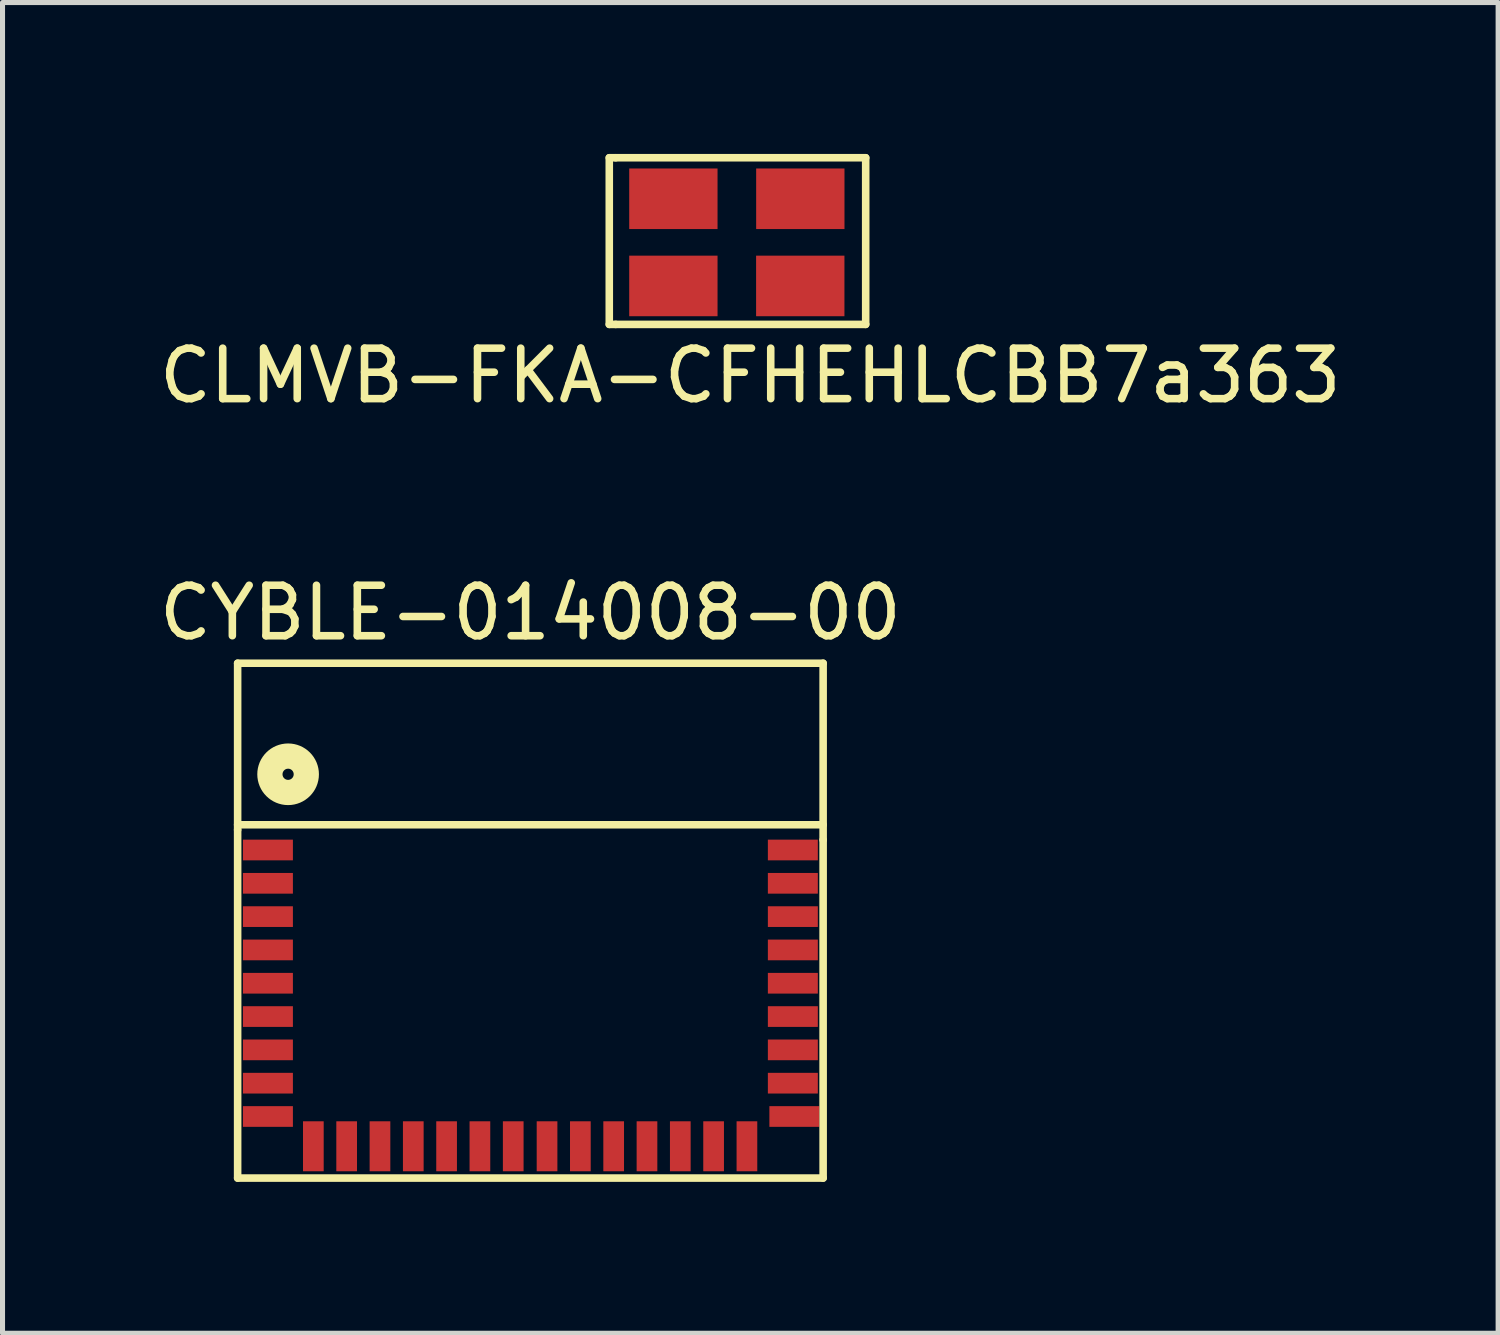
<source format=kicad_pcb>
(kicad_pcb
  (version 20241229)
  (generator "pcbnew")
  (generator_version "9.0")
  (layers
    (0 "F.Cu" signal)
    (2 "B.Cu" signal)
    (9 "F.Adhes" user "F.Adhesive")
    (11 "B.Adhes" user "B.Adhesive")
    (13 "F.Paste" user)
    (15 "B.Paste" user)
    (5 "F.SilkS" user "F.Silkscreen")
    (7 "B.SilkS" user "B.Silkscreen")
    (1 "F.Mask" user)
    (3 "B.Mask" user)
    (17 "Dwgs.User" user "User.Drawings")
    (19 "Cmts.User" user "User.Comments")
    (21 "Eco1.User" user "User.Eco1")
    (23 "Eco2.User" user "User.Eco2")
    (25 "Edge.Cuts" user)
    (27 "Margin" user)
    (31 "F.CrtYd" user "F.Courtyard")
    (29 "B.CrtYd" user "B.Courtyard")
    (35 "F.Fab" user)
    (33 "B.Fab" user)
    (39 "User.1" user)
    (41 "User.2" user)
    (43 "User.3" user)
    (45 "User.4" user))
  (footprint "CYBLE-014008-00"
    (layer "F.Cu")
    (at 6.958 16.59)
    (property "Reference" "CYBLE-014008-00" (at 0.5 -7.5 0) (layer "F.SilkS") (effects (font (size 1 1) (thickness 0.15))))
    (attr through_hole)
    (fp_line (start -5.3 -6.5) (end 6.3 -6.5) (stroke (width 0.15) (type solid)) (layer "F.SilkS"))
    (fp_line (start -5.3 -3.3) (end 6.3 -3.3) (stroke (width 0.15) (type solid)) (layer "F.SilkS"))
    (fp_line (start -5.3 -3.2) (end -5.3 -6.5) (stroke (width 0.15) (type solid)) (layer "F.SilkS"))
    (fp_line (start -5.3 -3.2) (end -5.3 3.7) (stroke (width 0.15) (type solid)) (layer "F.SilkS"))
    (fp_line (start 6.3 -3) (end 6.3 -6.5) (stroke (width 0.15) (type solid)) (layer "F.SilkS"))
    (fp_line (start 6.3 3.7) (end -5.3 3.7) (stroke (width 0.15) (type solid)) (layer "F.SilkS"))
    (fp_line (start 6.3 3.7) (end 6.3 -3) (stroke (width 0.15) (type solid)) (layer "F.SilkS"))
    (fp_circle (center -4.3 -4.3) (end -4 -4.5) (stroke (width 0.5) (type solid)) (fill no) (layer "F.SilkS"))
    (pad "1" smd rect (at 5.7 -2.8 90) (size 0.41 0.99) (layers "F.Cu" "F.Mask" "F.Paste"))
    (pad "2" smd rect (at 5.7 -2.14 90) (size 0.41 0.99) (layers "F.Cu" "F.Mask" "F.Paste"))
    (pad "3" smd rect (at 5.7 -1.48 90) (size 0.41 0.99) (layers "F.Cu" "F.Mask" "F.Paste"))
    (pad "4" smd rect (at 5.7 -0.82 90) (size 0.41 0.99) (layers "F.Cu" "F.Mask" "F.Paste"))
    (pad "5" smd rect (at 5.7 -0.16 90) (size 0.41 0.99) (layers "F.Cu" "F.Mask" "F.Paste"))
    (pad "6" smd rect (at 5.7 0.5 90) (size 0.41 0.99) (layers "F.Cu" "F.Mask" "F.Paste"))
    (pad "7" smd rect (at 5.7 1.16 90) (size 0.41 0.99) (layers "F.Cu" "F.Mask" "F.Paste"))
    (pad "8" smd rect (at 5.7 1.82 90) (size 0.41 0.99) (layers "F.Cu" "F.Mask" "F.Paste"))
    (pad "9" smd rect (at 5.73 2.48 90) (size 0.41 0.99) (layers "F.Cu" "F.Mask" "F.Paste"))
    (pad "10" smd rect (at 4.79 3.07) (size 0.41 0.99) (layers "F.Cu" "F.Mask" "F.Paste"))
    (pad "11" smd rect (at 4.13 3.07) (size 0.41 0.99) (layers "F.Cu" "F.Mask" "F.Paste"))
    (pad "12" smd rect (at 3.47 3.07) (size 0.41 0.99) (layers "F.Cu" "F.Mask" "F.Paste"))
    (pad "13" smd rect (at 2.81 3.07) (size 0.41 0.99) (layers "F.Cu" "F.Mask" "F.Paste"))
    (pad "14" smd rect (at 2.15 3.07) (size 0.41 0.99) (layers "F.Cu" "F.Mask" "F.Paste"))
    (pad "15" smd rect (at 1.49 3.07) (size 0.41 0.99) (layers "F.Cu" "F.Mask" "F.Paste"))
    (pad "16" smd rect (at 0.83 3.07) (size 0.41 0.99) (layers "F.Cu" "F.Mask" "F.Paste"))
    (pad "17" smd rect (at 0.16 3.07) (size 0.41 0.99) (layers "F.Cu" "F.Mask" "F.Paste"))
    (pad "18" smd rect (at -0.5 3.07) (size 0.41 0.99) (layers "F.Cu" "F.Mask" "F.Paste"))
    (pad "19" smd rect (at -1.16 3.07) (size 0.41 0.99) (layers "F.Cu" "F.Mask" "F.Paste"))
    (pad "20" smd rect (at -1.82 3.07) (size 0.41 0.99) (layers "F.Cu" "F.Mask" "F.Paste"))
    (pad "21" smd rect (at -2.48 3.07) (size 0.41 0.99) (layers "F.Cu" "F.Mask" "F.Paste"))
    (pad "22" smd rect (at -3.14 3.07) (size 0.41 0.99) (layers "F.Cu" "F.Mask" "F.Paste"))
    (pad "23" smd rect (at -3.8 3.07) (size 0.41 0.99) (layers "F.Cu" "F.Mask" "F.Paste"))
    (pad "24" smd rect (at -4.7 2.48 90) (size 0.41 0.99) (layers "F.Cu" "F.Mask" "F.Paste"))
    (pad "25" smd rect (at -4.7 1.82 90) (size 0.41 0.99) (layers "F.Cu" "F.Mask" "F.Paste"))
    (pad "26" smd rect (at -4.7 1.16 90) (size 0.41 0.99) (layers "F.Cu" "F.Mask" "F.Paste"))
    (pad "27" smd rect (at -4.7 0.5 90) (size 0.41 0.99) (layers "F.Cu" "F.Mask" "F.Paste"))
    (pad "28" smd rect (at -4.7 -0.16 90) (size 0.41 0.99) (layers "F.Cu" "F.Mask" "F.Paste"))
    (pad "29" smd rect (at -4.7 -0.82 90) (size 0.41 0.99) (layers "F.Cu" "F.Mask" "F.Paste"))
    (pad "30" smd rect (at -4.7 -1.48 90) (size 0.41 0.99) (layers "F.Cu" "F.Mask" "F.Paste"))
    (pad "31" smd rect (at -4.7 -2.14 90) (size 0.41 0.99) (layers "F.Cu" "F.Mask" "F.Paste"))
    (pad "32" smd rect (at -4.7 -2.8 90) (size 0.41 0.99) (layers "F.Cu" "F.Mask" "F.Paste")))
  (footprint "CLMVB-FKA-CFHEHLCBB7a363"
    (layer "F.Cu")
    (at 11.561 1.853)
    (property "Reference" "CLMVB-FKA-CFHEHLCBB7a363" (at 0.254 2.54 0) (layer "F.SilkS") (effects (font (size 1 1) (thickness 0.15))))
    (attr through_hole)
    (fp_line (start -2.54 1.524) (end -2.54 -1.778) (stroke (width 0.15) (type solid)) (layer "F.SilkS"))
    (fp_line (start -2.413 -1.778) (end -2.54 -1.778) (stroke (width 0.15) (type solid)) (layer "F.SilkS"))
    (fp_line (start -2.413 -1.778) (end 2.54 -1.778) (stroke (width 0.15) (type solid)) (layer "F.SilkS"))
    (fp_line (start -2.413 1.524) (end -2.54 1.524) (stroke (width 0.15) (type solid)) (layer "F.SilkS"))
    (fp_line (start 2.54 -1.778) (end 2.54 1.524) (stroke (width 0.15) (type solid)) (layer "F.SilkS"))
    (fp_line (start 2.54 1.524) (end -2.413 1.524) (stroke (width 0.15) (type solid)) (layer "F.SilkS"))
    (pad "1" smd rect (at 1.244 0.762) (size 1.75 1.2) (layers "F.Cu" "F.Mask" "F.Paste"))
    (pad "2" smd rect (at -1.27 0.762) (size 1.75 1.2) (layers "F.Cu" "F.Mask" "F.Paste"))
    (pad "3" smd rect (at -1.27 -0.965) (size 1.75 1.2) (layers "F.Cu" "F.Mask" "F.Paste"))
    (pad "4" smd rect (at 1.245 -0.965) (size 1.75 1.2) (layers "F.Cu" "F.Mask" "F.Paste")))
  (gr_rect
    (start -3 -3)
    (end 26.631 23.364)
    (stroke (width 0.1) (type default))
    (fill no)
    (layer "Edge.Cuts")))
</source>
